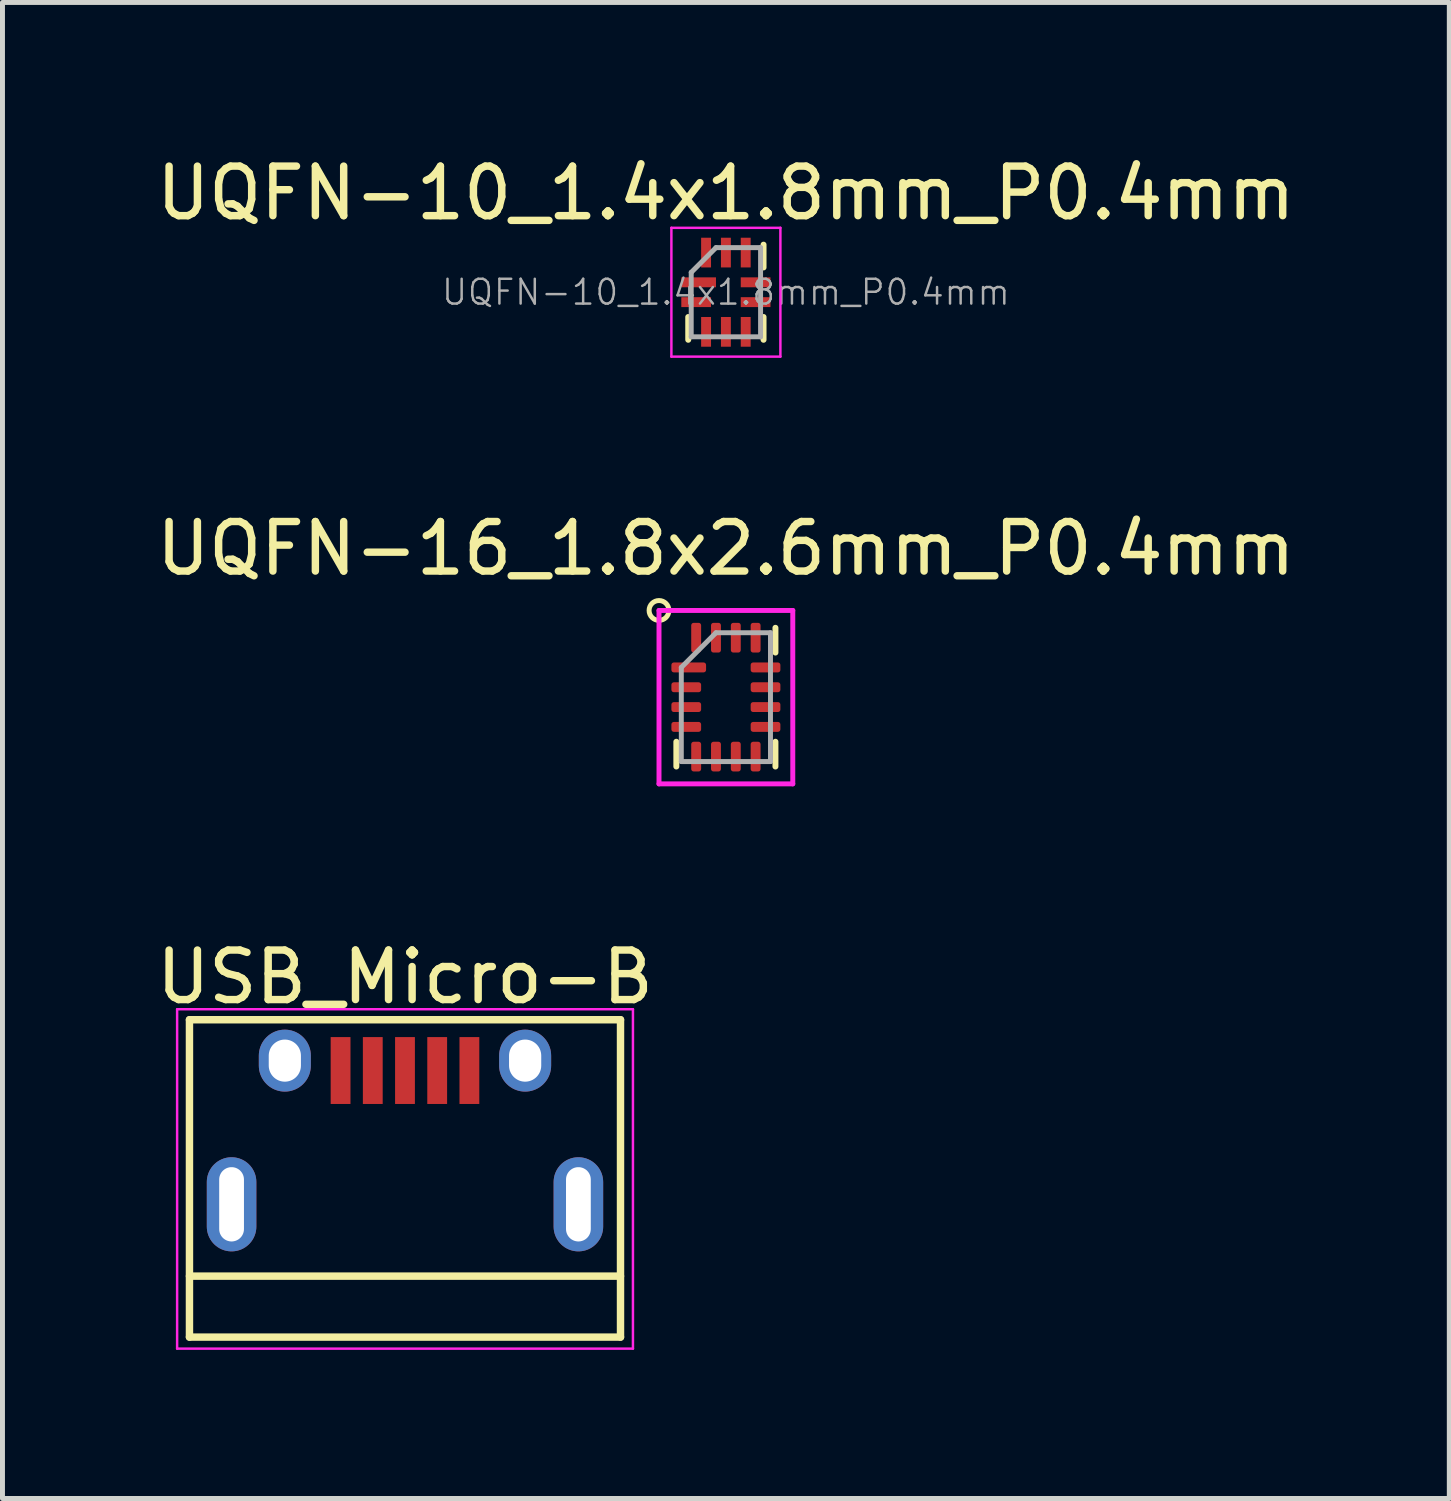
<source format=kicad_pcb>
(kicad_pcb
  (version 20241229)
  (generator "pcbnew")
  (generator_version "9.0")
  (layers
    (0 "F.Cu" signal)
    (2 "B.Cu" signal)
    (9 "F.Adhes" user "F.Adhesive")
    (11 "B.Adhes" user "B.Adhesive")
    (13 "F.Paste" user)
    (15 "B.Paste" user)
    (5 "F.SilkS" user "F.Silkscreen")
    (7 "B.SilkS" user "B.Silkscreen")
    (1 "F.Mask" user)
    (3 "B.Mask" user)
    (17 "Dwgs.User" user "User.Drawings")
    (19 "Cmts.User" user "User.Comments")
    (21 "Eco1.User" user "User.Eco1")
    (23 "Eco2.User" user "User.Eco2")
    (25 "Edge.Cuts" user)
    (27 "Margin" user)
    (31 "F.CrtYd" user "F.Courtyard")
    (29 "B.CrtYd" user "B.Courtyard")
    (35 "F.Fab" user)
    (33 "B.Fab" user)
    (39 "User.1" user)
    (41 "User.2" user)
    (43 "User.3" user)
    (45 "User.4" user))
  (footprint "UQFN-10_1.4x1.8mm_P0.4mm"
    (layer "F.Cu")
    (at 11.601 2.848)
    (property "Reference" "UQFN-10_1.4x1.8mm_P0.4mm" (at 0 -2 0) (layer "F.SilkS") (effects (font (size 1 1) (thickness 0.15))))
    (attr smd)
    (fp_line (start -0.76 0.96) (end -0.76 0.5) (stroke (width 0.12) (type solid)) (layer "F.SilkS"))
    (fp_line (start 0.76 -0.5) (end 0.76 -0.96) (stroke (width 0.12) (type solid)) (layer "F.SilkS"))
    (fp_line (start 0.76 0.96) (end 0.76 0.5) (stroke (width 0.12) (type solid)) (layer "F.SilkS"))
    (fp_line (start -1.1 1.3) (end -1.1 -1.3) (stroke (width 0.05) (type solid)) (layer "F.CrtYd"))
    (fp_line (start -1.1 1.3) (end 1.1 1.3) (stroke (width 0.05) (type solid)) (layer "F.CrtYd"))
    (fp_line (start 1.1 -1.3) (end -1.1 -1.3) (stroke (width 0.05) (type solid)) (layer "F.CrtYd"))
    (fp_line (start 1.1 -1.3) (end 1.1 1.3) (stroke (width 0.05) (type solid)) (layer "F.CrtYd"))
    (fp_line (start -0.7 -0.4) (end -0.7 0.9) (stroke (width 0.1) (type solid)) (layer "F.Fab"))
    (fp_line (start -0.7 0.9) (end 0.7 0.9) (stroke (width 0.1) (type solid)) (layer "F.Fab"))
    (fp_line (start -0.2 -0.9) (end -0.7 -0.4) (stroke (width 0.1) (type solid)) (layer "F.Fab"))
    (fp_line (start -0.2 -0.9) (end 0.7 -0.9) (stroke (width 0.1) (type solid)) (layer "F.Fab"))
    (fp_line (start 0.7 -0.9) (end 0.7 0.9) (stroke (width 0.1) (type solid)) (layer "F.Fab"))
    (fp_text user "${REFERENCE}" (at 0 0 0) (layer "F.Fab") (effects (font (size 0.5 0.5) (thickness 0.05))))
    (pad "1" smd rect (at -0.55 -0.2) (size 0.7 0.2) (layers "F.Cu" "F.Mask" "F.Paste"))
    (pad "2" smd rect (at -0.6 0.2) (size 0.6 0.2) (layers "F.Cu" "F.Mask" "F.Paste"))
    (pad "3" smd rect (at -0.4 0.8) (size 0.2 0.6) (layers "F.Cu" "F.Mask" "F.Paste"))
    (pad "4" smd rect (at 0 0.8) (size 0.2 0.6) (layers "F.Cu" "F.Mask" "F.Paste"))
    (pad "5" smd rect (at 0.4 0.8) (size 0.2 0.6) (layers "F.Cu" "F.Mask" "F.Paste"))
    (pad "6" smd rect (at 0.6 0.2) (size 0.6 0.2) (layers "F.Cu" "F.Mask" "F.Paste"))
    (pad "7" smd rect (at 0.6 -0.2) (size 0.6 0.2) (layers "F.Cu" "F.Mask" "F.Paste"))
    (pad "8" smd rect (at 0.4 -0.8) (size 0.2 0.6) (layers "F.Cu" "F.Mask" "F.Paste"))
    (pad "9" smd rect (at 0 -0.8) (size 0.2 0.6) (layers "F.Cu" "F.Mask" "F.Paste"))
    (pad "10" smd rect (at -0.4 -0.8) (size 0.2 0.6) (layers "F.Cu" "F.Mask" "F.Paste")))
  (footprint "USB_Micro-B"
    (layer "F.Cu")
    (at 5.124 20.12)
    (property "Reference" "USB_Micro-B" (at 0.001 -3.45 0) (layer "F.SilkS") (effects (font (size 1 1) (thickness 0.15))))
    (attr smd)
    (fp_line (start -4.35 -2.588) (end 4.35 -2.588) (stroke (width 0.15) (type solid)) (layer "F.SilkS"))
    (fp_line (start -4.35 3.817) (end -4.35 -2.588) (stroke (width 0.15) (type solid)) (layer "F.SilkS"))
    (fp_line (start -4.35 3.817) (end 4.35 3.817) (stroke (width 0.15) (type solid)) (layer "F.SilkS"))
    (fp_line (start 4.35 -2.588) (end 4.35 3.817) (stroke (width 0.15) (type solid)) (layer "F.SilkS"))
    (fp_line (start 4.35 2.587) (end -4.35 2.587) (stroke (width 0.15) (type solid)) (layer "F.SilkS"))
    (fp_line (start -4.599 -2.8) (end 4.601 -2.8) (stroke (width 0.05) (type solid)) (layer "F.CrtYd"))
    (fp_line (start -4.599 4.05) (end -4.599 -2.8) (stroke (width 0.05) (type solid)) (layer "F.CrtYd"))
    (fp_line (start 4.601 -2.8) (end 4.601 4.05) (stroke (width 0.05) (type solid)) (layer "F.CrtYd"))
    (fp_line (start 4.601 4.05) (end -4.599 4.05) (stroke (width 0.05) (type solid)) (layer "F.CrtYd"))
    (pad "1" smd rect (at -1.3 -1.563 90) (size 1.35 0.4) (layers "F.Cu" "F.Mask" "F.Paste"))
    (pad "2" smd rect (at -0.65 -1.563 90) (size 1.35 0.4) (layers "F.Cu" "F.Mask" "F.Paste"))
    (pad "3" smd rect (at 0 -1.563 90) (size 1.35 0.4) (layers "F.Cu" "F.Mask" "F.Paste"))
    (pad "4" smd rect (at 0.65 -1.563 90) (size 1.35 0.4) (layers "F.Cu" "F.Mask" "F.Paste"))
    (pad "5" smd rect (at 1.3 -1.563 90) (size 1.35 0.4) (layers "F.Cu" "F.Mask" "F.Paste"))
    (pad "6" thru_hole oval (at -3.5 1.137 90) (size 1.9 1) (drill oval 1.5 0.5) (layers "*.Cu" "*.Mask"))
    (pad "6" thru_hole oval (at -2.425 -1.763) (size 1.05 1.25) (drill oval 0.65 0.85) (layers "*.Cu" "*.Mask"))
    (pad "6" thru_hole oval (at 2.425 -1.763) (size 1.05 1.25) (drill oval 0.65 0.85) (layers "*.Cu" "*.Mask"))
    (pad "6" thru_hole oval (at 3.5 1.137 90) (size 1.9 1) (drill oval 1.5 0.5) (layers "*.Cu" "*.Mask")))
  (footprint "UQFN-16_1.8x2.6mm_P0.4mm"
    (layer "F.Cu")
    (at 11.601 11.021)
    (property "Reference" "UQFN-16_1.8x2.6mm_P0.4mm" (at 0 -3 0) (layer "F.SilkS") (effects (font (size 1 1) (thickness 0.15))))
    (attr through_hole)
    (fp_line (start -1 0.9) (end -1 1.4) (stroke (width 0.12) (type solid)) (layer "F.SilkS"))
    (fp_line (start 1 -1.4) (end 1 -0.9) (stroke (width 0.12) (type solid)) (layer "F.SilkS"))
    (fp_line (start 1 1.4) (end 1 0.9) (stroke (width 0.12) (type solid)) (layer "F.SilkS"))
    (fp_circle (center -1.35 -1.75) (end -1.15 -1.75) (stroke (width 0.1) (type solid)) (fill no) (layer "F.SilkS"))
    (fp_line (start -1.35 -1.75) (end -1.35 1.75) (stroke (width 0.1) (type solid)) (layer "F.CrtYd"))
    (fp_line (start -1.35 1.75) (end 1.35 1.75) (stroke (width 0.1) (type solid)) (layer "F.CrtYd"))
    (fp_line (start 1.35 -1.75) (end -1.35 -1.75) (stroke (width 0.1) (type solid)) (layer "F.CrtYd"))
    (fp_line (start 1.35 1.75) (end 1.35 -1.75) (stroke (width 0.1) (type solid)) (layer "F.CrtYd"))
    (fp_line (start -0.9 -0.6) (end -0.9 1.3) (stroke (width 0.1) (type solid)) (layer "F.Fab"))
    (fp_line (start -0.9 1.3) (end 0.9 1.3) (stroke (width 0.1) (type solid)) (layer "F.Fab"))
    (fp_line (start -0.2 -1.3) (end -0.9 -0.6) (stroke (width 0.1) (type solid)) (layer "F.Fab"))
    (fp_line (start 0.9 -1.3) (end -0.2 -1.3) (stroke (width 0.1) (type solid)) (layer "F.Fab"))
    (fp_line (start 0.9 1.3) (end 0.9 -1.3) (stroke (width 0.1) (type solid)) (layer "F.Fab"))
    (pad "1" smd roundrect (at -0.75 -0.6) (size 0.7 0.2) (layers "F.Cu" "F.Mask" "F.Paste") (roundrect_rratio 0.25))
    (pad "2" smd roundrect (at -0.8 -0.2) (size 0.6 0.2) (layers "F.Cu" "F.Mask" "F.Paste") (roundrect_rratio 0.25))
    (pad "3" smd roundrect (at -0.8 0.2) (size 0.6 0.2) (layers "F.Cu" "F.Mask" "F.Paste") (roundrect_rratio 0.25))
    (pad "4" smd roundrect (at -0.8 0.6) (size 0.6 0.2) (layers "F.Cu" "F.Mask" "F.Paste") (roundrect_rratio 0.25))
    (pad "5" smd roundrect (at -0.6 1.2) (size 0.2 0.6) (layers "F.Cu" "F.Mask" "F.Paste") (roundrect_rratio 0.25))
    (pad "6" smd roundrect (at -0.2 1.2) (size 0.2 0.6) (layers "F.Cu" "F.Mask" "F.Paste") (roundrect_rratio 0.25))
    (pad "7" smd roundrect (at 0.2 1.2) (size 0.2 0.6) (layers "F.Cu" "F.Mask" "F.Paste") (roundrect_rratio 0.25))
    (pad "8" smd roundrect (at 0.6 1.2) (size 0.2 0.6) (layers "F.Cu" "F.Mask" "F.Paste") (roundrect_rratio 0.25))
    (pad "9" smd roundrect (at 0.8 0.6) (size 0.6 0.2) (layers "F.Cu" "F.Mask" "F.Paste") (roundrect_rratio 0.25))
    (pad "10" smd roundrect (at 0.8 0.2) (size 0.6 0.2) (layers "F.Cu" "F.Mask" "F.Paste") (roundrect_rratio 0.25))
    (pad "11" smd roundrect (at 0.8 -0.2) (size 0.6 0.2) (layers "F.Cu" "F.Mask" "F.Paste") (roundrect_rratio 0.25))
    (pad "12" smd roundrect (at 0.8 -0.6) (size 0.6 0.2) (layers "F.Cu" "F.Mask" "F.Paste") (roundrect_rratio 0.25))
    (pad "13" smd roundrect (at 0.6 -1.2) (size 0.2 0.6) (layers "F.Cu" "F.Mask" "F.Paste") (roundrect_rratio 0.25))
    (pad "14" smd roundrect (at 0.2 -1.2) (size 0.2 0.6) (layers "F.Cu" "F.Mask" "F.Paste") (roundrect_rratio 0.25))
    (pad "15" smd roundrect (at -0.2 -1.2) (size 0.2 0.6) (layers "F.Cu" "F.Mask" "F.Paste") (roundrect_rratio 0.25))
    (pad "16" smd roundrect (at -0.6 -1.2) (size 0.2 0.6) (layers "F.Cu" "F.Mask" "F.Paste") (roundrect_rratio 0.25)))
  (gr_rect
    (start -3 -3)
    (end 26.202 27.195)
    (stroke (width 0.1) (type default))
    (fill no)
    (layer "Edge.Cuts")))
</source>
